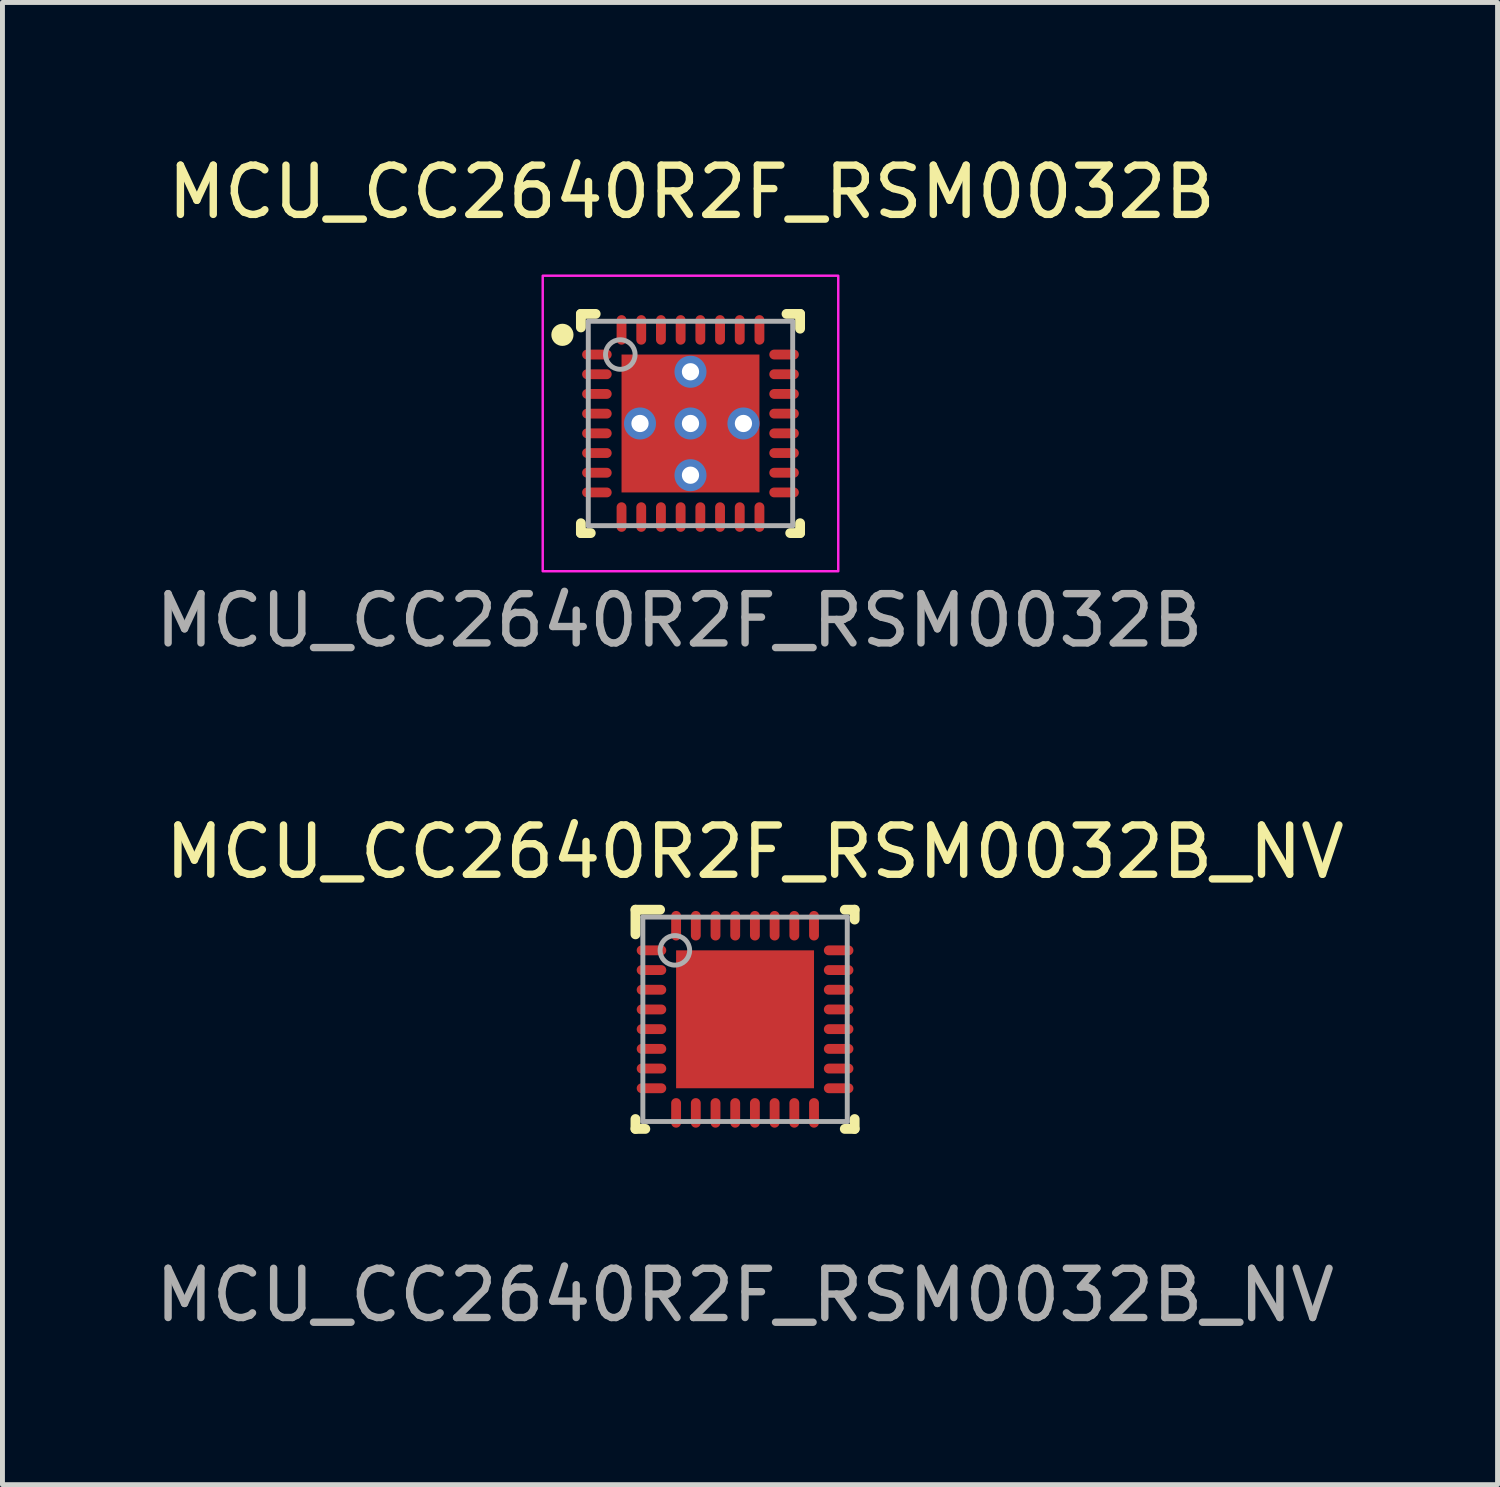
<source format=kicad_pcb>
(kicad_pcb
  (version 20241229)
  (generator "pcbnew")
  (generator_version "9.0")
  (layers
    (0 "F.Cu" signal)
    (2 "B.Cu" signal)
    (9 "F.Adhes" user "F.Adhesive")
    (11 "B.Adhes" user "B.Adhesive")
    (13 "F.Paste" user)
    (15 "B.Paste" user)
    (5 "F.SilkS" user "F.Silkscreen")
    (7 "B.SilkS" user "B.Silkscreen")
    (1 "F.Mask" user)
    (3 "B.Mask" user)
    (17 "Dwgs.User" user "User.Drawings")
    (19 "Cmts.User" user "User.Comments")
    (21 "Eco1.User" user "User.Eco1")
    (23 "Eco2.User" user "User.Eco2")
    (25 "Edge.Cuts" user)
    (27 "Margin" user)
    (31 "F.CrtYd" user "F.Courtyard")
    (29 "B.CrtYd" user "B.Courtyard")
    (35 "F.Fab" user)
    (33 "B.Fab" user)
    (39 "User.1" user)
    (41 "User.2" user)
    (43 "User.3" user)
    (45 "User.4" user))
  (footprint "MCU_CC2640R2F_RSM0032B_NV"
    (layer "F.Cu")
    (at 12.077 17.645)
    (property "Reference" "MCU_CC2640R2F_RSM0032B_NV" (at 0.2 -3.4 0) (unlocked yes) (layer "F.SilkS") (effects (font (size 1 1) (thickness 0.15))))
    (attr smd)
    (fp_line (start -2.225 2.225) (end -2.225 2.025) (stroke (width 0.2) (type solid)) (layer "F.SilkS"))
    (fp_line (start -2.225 2.225) (end -2.025 2.225) (stroke (width 0.2) (type solid)) (layer "F.SilkS"))
    (fp_line (start -2.225 -2.225) (end -1.725 -2.225) (stroke (width 0.2) (type solid)) (layer "F.SilkS"))
    (fp_line (start -2.225 -1.725) (end -2.225 -2.225) (stroke (width 0.2) (type solid)) (layer "F.SilkS"))
    (fp_line (start 2.025 -2.225) (end 2.225 -2.225) (stroke (width 0.2) (type solid)) (layer "F.SilkS"))
    (fp_line (start 2.025 2.225) (end 2.225 2.225) (stroke (width 0.2) (type solid)) (layer "F.SilkS"))
    (fp_line (start 2.225 -2.025) (end 2.225 -2.225) (stroke (width 0.2) (type solid)) (layer "F.SilkS"))
    (fp_line (start 2.225 2.225) (end 2.225 2.025) (stroke (width 0.2) (type solid)) (layer "F.SilkS"))
    (fp_poly (pts (xy -0.1 -0.1) (xy -0.1 -1.329) (xy -1.329 -1.329) (xy -1.329 -0.1)) (stroke (width 0) (type solid)) (fill yes) (layer "F.Paste"))
    (fp_poly (pts (xy -0.1 1.329) (xy -0.1 0.1) (xy -1.329 0.1) (xy -1.329 1.329)) (stroke (width 0) (type solid)) (fill yes) (layer "F.Paste"))
    (fp_poly (pts (xy 1.329 -0.1) (xy 1.329 -1.329) (xy 0.1 -1.329) (xy 0.1 -0.1)) (stroke (width 0) (type solid)) (fill yes) (layer "F.Paste"))
    (fp_poly (pts (xy 1.329 1.329) (xy 1.329 0.1) (xy 0.1 0.1) (xy 0.1 1.329)) (stroke (width 0) (type solid)) (fill yes) (layer "F.Paste"))
    (fp_line (start -2.075 -2.075) (end 2.075 -2.075) (stroke (width 0.1) (type solid)) (layer "F.Fab"))
    (fp_line (start -2.075 2.075) (end -2.075 -2.075) (stroke (width 0.1) (type solid)) (layer "F.Fab"))
    (fp_line (start -2.075 2.075) (end 2.075 2.075) (stroke (width 0.1) (type solid)) (layer "F.Fab"))
    (fp_line (start 2.075 2.075) (end 2.075 -2.075) (stroke (width 0.1) (type solid)) (layer "F.Fab"))
    (fp_circle (center -1.425 -1.4) (end -1.125 -1.4) (stroke (width 0.1) (type solid)) (fill no) (layer "F.Fab"))
    (fp_text user "${REFERENCE}" (at 0 5.6 0) (unlocked yes) (layer "F.Fab") (effects (font (size 1 1) (thickness 0.15))))
    (pad "1" smd oval (at -1.9 -1.4 90) (size 0.2 0.6) (layers "F.Cu" "F.Mask" "F.Paste"))
    (pad "2" smd oval (at -1.9 -1 90) (size 0.2 0.6) (layers "F.Cu" "F.Mask" "F.Paste"))
    (pad "3" smd oval (at -1.9 -0.6 90) (size 0.2 0.6) (layers "F.Cu" "F.Mask" "F.Paste"))
    (pad "4" smd oval (at -1.9 -0.2 90) (size 0.2 0.6) (layers "F.Cu" "F.Mask" "F.Paste"))
    (pad "5" smd oval (at -1.9 0.2 90) (size 0.2 0.6) (layers "F.Cu" "F.Mask" "F.Paste"))
    (pad "6" smd oval (at -1.9 0.6 90) (size 0.2 0.6) (layers "F.Cu" "F.Mask" "F.Paste"))
    (pad "7" smd oval (at -1.9 1 90) (size 0.2 0.6) (layers "F.Cu" "F.Mask" "F.Paste"))
    (pad "8" smd oval (at -1.9 1.4 90) (size 0.2 0.6) (layers "F.Cu" "F.Mask" "F.Paste"))
    (pad "9" smd oval (at -1.4 1.9) (size 0.2 0.6) (layers "F.Cu" "F.Mask" "F.Paste"))
    (pad "10" smd oval (at -1 1.9) (size 0.2 0.6) (layers "F.Cu" "F.Mask" "F.Paste"))
    (pad "11" smd oval (at -0.6 1.9) (size 0.2 0.6) (layers "F.Cu" "F.Mask" "F.Paste"))
    (pad "12" smd oval (at -0.2 1.9) (size 0.2 0.6) (layers "F.Cu" "F.Mask" "F.Paste"))
    (pad "13" smd oval (at 0.2 1.9) (size 0.2 0.6) (layers "F.Cu" "F.Mask" "F.Paste"))
    (pad "14" smd oval (at 0.6 1.9) (size 0.2 0.6) (layers "F.Cu" "F.Mask" "F.Paste"))
    (pad "15" smd oval (at 1 1.9) (size 0.2 0.6) (layers "F.Cu" "F.Mask" "F.Paste"))
    (pad "16" smd oval (at 1.4 1.9) (size 0.2 0.6) (layers "F.Cu" "F.Mask" "F.Paste"))
    (pad "17" smd oval (at 1.9 1.4 90) (size 0.2 0.6) (layers "F.Cu" "F.Mask" "F.Paste"))
    (pad "18" smd oval (at 1.9 1 90) (size 0.2 0.6) (layers "F.Cu" "F.Mask" "F.Paste"))
    (pad "19" smd oval (at 1.9 0.6 90) (size 0.2 0.6) (layers "F.Cu" "F.Mask" "F.Paste"))
    (pad "20" smd oval (at 1.9 0.2 90) (size 0.2 0.6) (layers "F.Cu" "F.Mask" "F.Paste"))
    (pad "21" smd oval (at 1.9 -0.2 90) (size 0.2 0.6) (layers "F.Cu" "F.Mask" "F.Paste"))
    (pad "22" smd oval (at 1.9 -0.6 90) (size 0.2 0.6) (layers "F.Cu" "F.Mask" "F.Paste"))
    (pad "23" smd oval (at 1.9 -1 90) (size 0.2 0.6) (layers "F.Cu" "F.Mask" "F.Paste"))
    (pad "24" smd oval (at 1.9 -1.4 90) (size 0.2 0.6) (layers "F.Cu" "F.Mask" "F.Paste"))
    (pad "25" smd oval (at 1.4 -1.9) (size 0.2 0.6) (layers "F.Cu" "F.Mask" "F.Paste"))
    (pad "26" smd oval (at 1 -1.9) (size 0.2 0.6) (layers "F.Cu" "F.Mask" "F.Paste"))
    (pad "27" smd oval (at 0.6 -1.9) (size 0.2 0.6) (layers "F.Cu" "F.Mask" "F.Paste"))
    (pad "28" smd oval (at 0.2 -1.9) (size 0.2 0.6) (layers "F.Cu" "F.Mask" "F.Paste"))
    (pad "29" smd oval (at -0.2 -1.9) (size 0.2 0.6) (layers "F.Cu" "F.Mask" "F.Paste"))
    (pad "30" smd oval (at -0.6 -1.9) (size 0.2 0.6) (layers "F.Cu" "F.Mask" "F.Paste"))
    (pad "31" smd oval (at -1 -1.9) (size 0.2 0.6) (layers "F.Cu" "F.Mask" "F.Paste"))
    (pad "32" smd oval (at -1.4 -1.9) (size 0.2 0.6) (layers "F.Cu" "F.Mask" "F.Paste"))
    (pad "33" smd rect (at 0.000003 0) (size 2.8 2.8) (layers "F.Cu" "F.Mask")))
  (footprint "MCU_CC2640R2F_RSM0032B"
    (layer "F.Cu")
    (at 10.969 5.548)
    (property "Reference" "MCU_CC2640R2F_RSM0032B" (at 0.025 -4.7 0) (unlocked yes) (layer "F.SilkS") (effects (font (size 1 1) (thickness 0.15))))
    (attr smd)
    (fp_line (start -2.225 2.225) (end -2.225 2.025) (stroke (width 0.2) (type solid)) (layer "F.SilkS"))
    (fp_line (start -2.225 2.225) (end -2.025 2.225) (stroke (width 0.2) (type solid)) (layer "F.SilkS"))
    (fp_line (start -2.225 -1.95) (end -2.225 -2.225) (stroke (width 0.2) (type solid)) (layer "F.SilkS"))
    (fp_line (start -1.925 -2.225) (end -2.225 -2.225) (stroke (width 0.2) (type solid)) (layer "F.SilkS"))
    (fp_line (start 1.95 -2.225) (end 2.225 -2.225) (stroke (width 0.2) (type solid)) (layer "F.SilkS"))
    (fp_line (start 2.025 2.225) (end 2.225 2.225) (stroke (width 0.2) (type solid)) (layer "F.SilkS"))
    (fp_line (start 2.225 -1.925) (end 2.225 -2.225) (stroke (width 0.2) (type solid)) (layer "F.SilkS"))
    (fp_line (start 2.225 2.225) (end 2.225 2.025) (stroke (width 0.2) (type solid)) (layer "F.SilkS"))
    (fp_circle (center -2.6 -1.8) (end -2.45 -1.8) (stroke (width 0.15) (type solid)) (fill yes) (layer "F.SilkS"))
    (fp_poly (pts (xy -0.1 -0.1) (xy -0.1 -1.329) (xy -1.329 -1.329) (xy -1.329 -0.1)) (stroke (width 0) (type solid)) (fill yes) (layer "F.Paste"))
    (fp_poly (pts (xy -0.1 1.329) (xy -0.1 0.1) (xy -1.329 0.1) (xy -1.329 1.329)) (stroke (width 0) (type solid)) (fill yes) (layer "F.Paste"))
    (fp_poly (pts (xy 1.329 -0.1) (xy 1.329 -1.329) (xy 0.1 -1.329) (xy 0.1 -0.1)) (stroke (width 0) (type solid)) (fill yes) (layer "F.Paste"))
    (fp_poly (pts (xy 1.329 1.329) (xy 1.329 0.1) (xy 0.1 0.1) (xy 0.1 1.329)) (stroke (width 0) (type solid)) (fill yes) (layer "F.Paste"))
    (fp_rect (start -3 -3) (end 3 3) (stroke (width 0.05) (type default)) (fill no) (layer "F.CrtYd"))
    (fp_line (start -2.075 -2.075) (end 2.075 -2.075) (stroke (width 0.1) (type solid)) (layer "F.Fab"))
    (fp_line (start -2.075 2.075) (end -2.075 -2.075) (stroke (width 0.1) (type solid)) (layer "F.Fab"))
    (fp_line (start -2.075 2.075) (end 2.075 2.075) (stroke (width 0.1) (type solid)) (layer "F.Fab"))
    (fp_line (start 2.075 2.075) (end 2.075 -2.075) (stroke (width 0.1) (type solid)) (layer "F.Fab"))
    (fp_circle (center -1.425 -1.4) (end -1.125 -1.4) (stroke (width 0.1) (type solid)) (fill no) (layer "F.Fab"))
    (fp_text user "${REFERENCE}" (at -0.225 4 0) (unlocked yes) (layer "F.Fab") (effects (font (size 1 1) (thickness 0.15))))
    (pad "1" smd oval (at -1.9 -1.4 90) (size 0.2 0.6) (layers "F.Cu" "F.Mask" "F.Paste"))
    (pad "2" smd oval (at -1.9 -1 90) (size 0.2 0.6) (layers "F.Cu" "F.Mask" "F.Paste"))
    (pad "3" smd oval (at -1.9 -0.6 90) (size 0.2 0.6) (layers "F.Cu" "F.Mask" "F.Paste"))
    (pad "4" smd oval (at -1.9 -0.2 90) (size 0.2 0.6) (layers "F.Cu" "F.Mask" "F.Paste"))
    (pad "5" smd oval (at -1.9 0.2 90) (size 0.2 0.6) (layers "F.Cu" "F.Mask" "F.Paste"))
    (pad "6" smd oval (at -1.9 0.6 90) (size 0.2 0.6) (layers "F.Cu" "F.Mask" "F.Paste"))
    (pad "7" smd oval (at -1.9 1 90) (size 0.2 0.6) (layers "F.Cu" "F.Mask" "F.Paste"))
    (pad "8" smd oval (at -1.9 1.4 90) (size 0.2 0.6) (layers "F.Cu" "F.Mask" "F.Paste"))
    (pad "9" smd oval (at -1.4 1.9) (size 0.2 0.6) (layers "F.Cu" "F.Mask" "F.Paste"))
    (pad "10" smd oval (at -1 1.9) (size 0.2 0.6) (layers "F.Cu" "F.Mask" "F.Paste"))
    (pad "11" smd oval (at -0.6 1.9) (size 0.2 0.6) (layers "F.Cu" "F.Mask" "F.Paste"))
    (pad "12" smd oval (at -0.2 1.9) (size 0.2 0.6) (layers "F.Cu" "F.Mask" "F.Paste"))
    (pad "13" smd oval (at 0.2 1.9) (size 0.2 0.6) (layers "F.Cu" "F.Mask" "F.Paste"))
    (pad "14" smd oval (at 0.6 1.9) (size 0.2 0.6) (layers "F.Cu" "F.Mask" "F.Paste"))
    (pad "15" smd oval (at 1 1.9) (size 0.2 0.6) (layers "F.Cu" "F.Mask" "F.Paste"))
    (pad "16" smd oval (at 1.4 1.9) (size 0.2 0.6) (layers "F.Cu" "F.Mask" "F.Paste"))
    (pad "17" smd oval (at 1.9 1.4 90) (size 0.2 0.6) (layers "F.Cu" "F.Mask" "F.Paste"))
    (pad "18" smd oval (at 1.9 1 90) (size 0.2 0.6) (layers "F.Cu" "F.Mask" "F.Paste"))
    (pad "19" smd oval (at 1.9 0.6 90) (size 0.2 0.6) (layers "F.Cu" "F.Mask" "F.Paste"))
    (pad "20" smd oval (at 1.9 0.2 90) (size 0.2 0.6) (layers "F.Cu" "F.Mask" "F.Paste"))
    (pad "21" smd oval (at 1.9 -0.2 90) (size 0.2 0.6) (layers "F.Cu" "F.Mask" "F.Paste"))
    (pad "22" smd oval (at 1.9 -0.6 90) (size 0.2 0.6) (layers "F.Cu" "F.Mask" "F.Paste"))
    (pad "23" smd oval (at 1.9 -1 90) (size 0.2 0.6) (layers "F.Cu" "F.Mask" "F.Paste"))
    (pad "24" smd oval (at 1.9 -1.4 90) (size 0.2 0.6) (layers "F.Cu" "F.Mask" "F.Paste"))
    (pad "25" smd oval (at 1.4 -1.9) (size 0.2 0.6) (layers "F.Cu" "F.Mask" "F.Paste"))
    (pad "26" smd oval (at 1 -1.9) (size 0.2 0.6) (layers "F.Cu" "F.Mask" "F.Paste"))
    (pad "27" smd oval (at 0.6 -1.9) (size 0.2 0.6) (layers "F.Cu" "F.Mask" "F.Paste"))
    (pad "28" smd oval (at 0.2 -1.9) (size 0.2 0.6) (layers "F.Cu" "F.Mask" "F.Paste"))
    (pad "29" smd oval (at -0.2 -1.9) (size 0.2 0.6) (layers "F.Cu" "F.Mask" "F.Paste"))
    (pad "30" smd oval (at -0.6 -1.9) (size 0.2 0.6) (layers "F.Cu" "F.Mask" "F.Paste"))
    (pad "31" smd oval (at -1 -1.9) (size 0.2 0.6) (layers "F.Cu" "F.Mask" "F.Paste"))
    (pad "32" smd oval (at -1.4 -1.9) (size 0.2 0.6) (layers "F.Cu" "F.Mask" "F.Paste"))
    (pad "33" thru_hole circle (at -1.025 0) (size 0.65 0.65) (drill 0.35) (layers "*.Cu" "F.Mask"))
    (pad "33" thru_hole circle (at 0 -1.05) (size 0.65 0.65) (drill 0.35) (layers "*.Cu" "F.Mask"))
    (pad "33" thru_hole circle (at 0 1.05) (size 0.65 0.65) (drill 0.35) (layers "*.Cu" "F.Mask"))
    (pad "33" thru_hole circle (at 0.000003 0) (size 0.65 0.65) (drill 0.35) (layers "*.Cu" "F.Mask"))
    (pad "33" smd rect (at 0.000003 0) (size 2.8 2.8) (layers "F.Cu" "F.Mask"))
    (pad "33" thru_hole circle (at 1.075 0) (size 0.65 0.65) (drill 0.35) (layers "*.Cu" "F.Mask")))
  (gr_rect
    (start -3 -3)
    (end 27.355 27.093)
    (stroke (width 0.1) (type default))
    (fill no)
    (layer "Edge.Cuts")))
</source>
